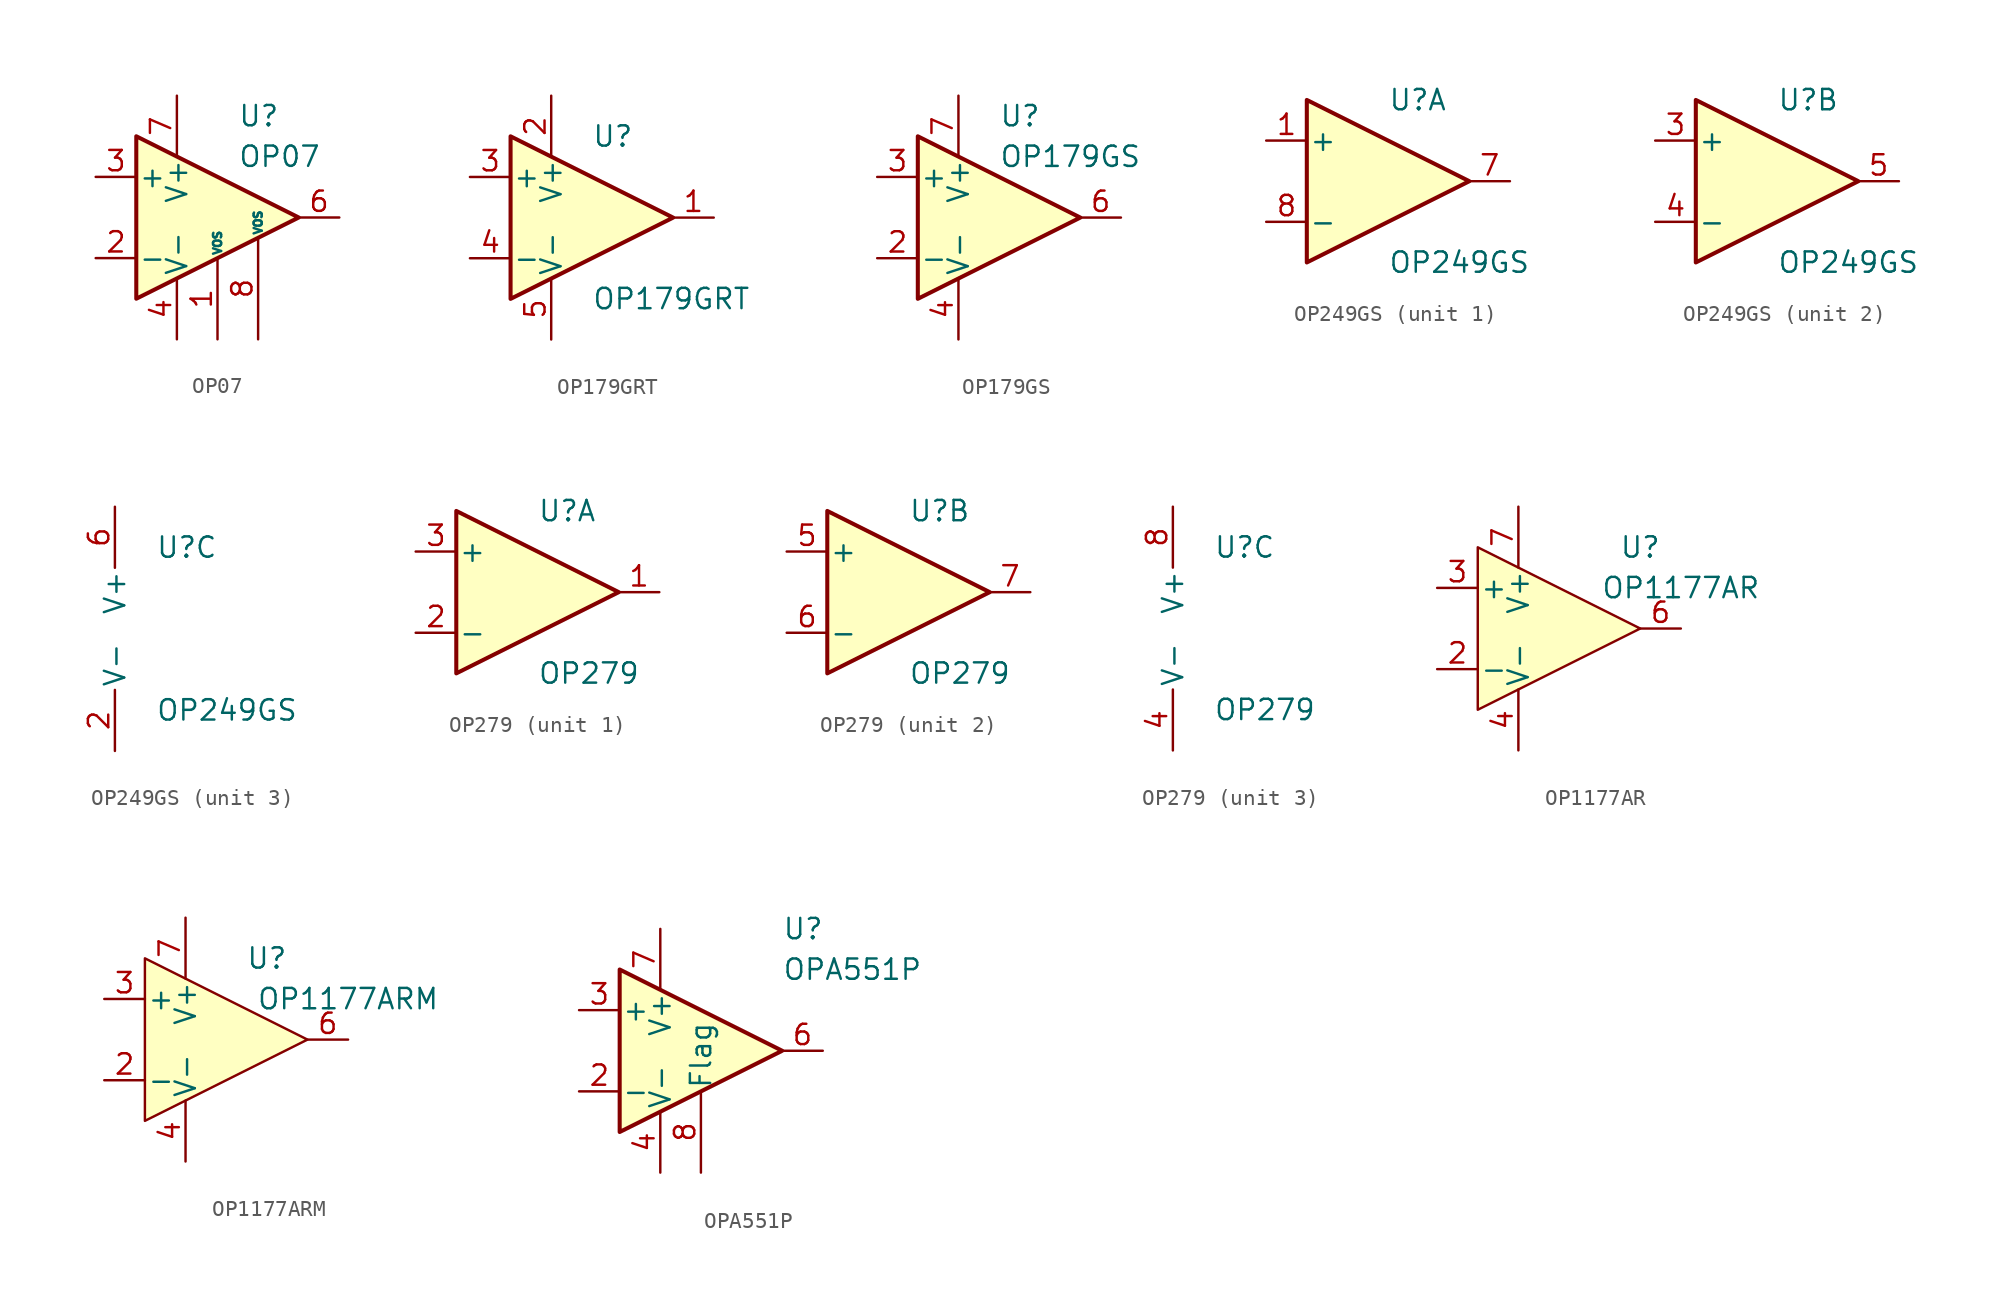
<source format=kicad_sym>
(kicad_symbol_lib
  (version 20211014)
  (generator kicad_symbol_editor)
  (symbol "OP07"
    (pin_names
      (offset 0.127))
    (property "Reference" "U"
      (at 1.27 6.35 0)
      (effects (font (size 1.27 1.27)) (justify left)))
    (property "Value" "OP07"
      (at 1.27 3.81 0)
      (effects (font (size 1.27 1.27)) (justify left)))
    (symbol "OP07_0_1"
      (polyline (pts (xy -5.08 5.08) (xy 5.08 0) (xy -5.08 -5.08) (xy -5.08 5.08)) (stroke (width 0.254) (type default) (color 0 0 0 0)) (fill (type background))))
    (symbol "OP07_1_1"
      (pin input line (at 0 -7.62 90) (length 5.08) (name "VOS" (effects (font (size 0.508 0.508)))) (number "1" (effects (font (size 1.27 1.27)))))
      (pin input line (at -7.62 -2.54 0) (length 2.54) (name "-" (effects (font (size 1.27 1.27)))) (number "2" (effects (font (size 1.27 1.27)))))
      (pin input line (at -7.62 2.54 0) (length 2.54) (name "+" (effects (font (size 1.27 1.27)))) (number "3" (effects (font (size 1.27 1.27)))))
      (pin power_in line (at -2.54 -7.62 90) (length 3.81) (name "V-" (effects (font (size 1.27 1.27)))) (number "4" (effects (font (size 1.27 1.27)))))
      (pin no_connect line (at 0 2.54 270) (length 2.54) hide (name "NC" (effects (font (size 1.27 1.27)))) (number "5" (effects (font (size 1.27 1.27)))))
      (pin output line (at 7.62 0 180) (length 2.54) (name "~" (effects (font (size 1.27 1.27)))) (number "6" (effects (font (size 1.27 1.27)))))
      (pin power_in line (at -2.54 7.62 270) (length 3.81) (name "V+" (effects (font (size 1.27 1.27)))) (number "7" (effects (font (size 1.27 1.27)))))
      (pin input line (at 2.54 -7.62 90) (length 6.35) (name "VOS" (effects (font (size 0.508 0.508)))) (number "8" (effects (font (size 1.27 1.27)))))))
  (symbol "OP179GRT"
    (pin_names
      (offset 0.127))
    (property "Reference" "U"
      (at 0 5.08 0)
      (effects (font (size 1.27 1.27)) (justify left)))
    (property "Value" "OP179GRT"
      (at 0 -5.08 0)
      (effects (font (size 1.27 1.27)) (justify left)))
    (symbol "OP179GRT_0_1"
      (polyline (pts (xy -5.08 5.08) (xy 5.08 0) (xy -5.08 -5.08) (xy -5.08 5.08)) (stroke (width 0.254) (type default) (color 0 0 0 0)) (fill (type background)))
      (pin power_in line (at -2.54 7.62 270) (length 3.81) (name "V+" (effects (font (size 1.27 1.27)))) (number "2" (effects (font (size 1.27 1.27)))))
      (pin power_in line (at -2.54 -7.62 90) (length 3.81) (name "V-" (effects (font (size 1.27 1.27)))) (number "5" (effects (font (size 1.27 1.27))))))
    (symbol "OP179GRT_1_1"
      (pin output line (at 7.62 0 180) (length 2.54) (name "~" (effects (font (size 1.27 1.27)))) (number "1" (effects (font (size 1.27 1.27)))))
      (pin input line (at -7.62 2.54 0) (length 2.54) (name "+" (effects (font (size 1.27 1.27)))) (number "3" (effects (font (size 1.27 1.27)))))
      (pin input line (at -7.62 -2.54 0) (length 2.54) (name "-" (effects (font (size 1.27 1.27)))) (number "4" (effects (font (size 1.27 1.27)))))))
  (symbol "OP179GS"
    (pin_names
      (offset 0.127))
    (property "Reference" "U"
      (at 0 6.35 0)
      (effects (font (size 1.27 1.27)) (justify left)))
    (property "Value" "OP179GS"
      (at 0 3.81 0)
      (effects (font (size 1.27 1.27)) (justify left)))
    (symbol "OP179GS_0_1"
      (polyline (pts (xy -5.08 5.08) (xy 5.08 0) (xy -5.08 -5.08) (xy -5.08 5.08)) (stroke (width 0.254) (type default) (color 0 0 0 0)) (fill (type background))))
    (symbol "OP179GS_1_1"
      (pin no_connect line (at -5.08 -2.54 90) (length 2.54) hide (name "NC" (effects (font (size 1.27 1.27)))) (number "1" (effects (font (size 1.27 1.27)))))
      (pin input line (at -7.62 -2.54 0) (length 2.54) (name "-" (effects (font (size 1.27 1.27)))) (number "2" (effects (font (size 1.27 1.27)))))
      (pin input line (at -7.62 2.54 0) (length 2.54) (name "+" (effects (font (size 1.27 1.27)))) (number "3" (effects (font (size 1.27 1.27)))))
      (pin power_in line (at -2.54 -7.62 90) (length 3.81) (name "V-" (effects (font (size 1.27 1.27)))) (number "4" (effects (font (size 1.27 1.27)))))
      (pin no_connect line (at -2.54 -2.54 90) (length 2.54) hide (name "NC" (effects (font (size 1.27 1.27)))) (number "5" (effects (font (size 1.27 1.27)))))
      (pin output line (at 7.62 0 180) (length 2.54) (name "~" (effects (font (size 1.27 1.27)))) (number "6" (effects (font (size 1.27 1.27)))))
      (pin power_in line (at -2.54 7.62 270) (length 3.81) (name "V+" (effects (font (size 1.27 1.27)))) (number "7" (effects (font (size 1.27 1.27)))))
      (pin no_connect line (at 0 -2.54 90) (length 2.54) hide (name "NC" (effects (font (size 1.27 1.27)))) (number "8" (effects (font (size 1.27 1.27)))))))
  (symbol "OP249GS"
    (pin_names
      (offset 0.127))
    (property "Reference" "U"
      (at 0 5.08 0)
      (effects (font (size 1.27 1.27)) (justify left)))
    (property "Value" "OP249GS"
      (at 0 -5.08 0)
      (effects (font (size 1.27 1.27)) (justify left)))
    (property "ki_locked" ""
      (at 0 0 0)
      (effects (font (size 1.27 1.27))))
    (symbol "OP249GS_1_1"
      (polyline (pts (xy -5.08 5.08) (xy 5.08 0) (xy -5.08 -5.08) (xy -5.08 5.08)) (stroke (width 0.254) (type default) (color 0 0 0 0)) (fill (type background)))
      (pin input line (at -7.62 2.54 0) (length 2.54) (name "+" (effects (font (size 1.27 1.27)))) (number "1" (effects (font (size 1.27 1.27)))))
      (pin output line (at 7.62 0 180) (length 2.54) (name "~" (effects (font (size 1.27 1.27)))) (number "7" (effects (font (size 1.27 1.27)))))
      (pin input line (at -7.62 -2.54 0) (length 2.54) (name "-" (effects (font (size 1.27 1.27)))) (number "8" (effects (font (size 1.27 1.27))))))
    (symbol "OP249GS_2_1"
      (polyline (pts (xy -5.08 5.08) (xy 5.08 0) (xy -5.08 -5.08) (xy -5.08 5.08)) (stroke (width 0.254) (type default) (color 0 0 0 0)) (fill (type background)))
      (pin input line (at -7.62 2.54 0) (length 2.54) (name "+" (effects (font (size 1.27 1.27)))) (number "3" (effects (font (size 1.27 1.27)))))
      (pin input line (at -7.62 -2.54 0) (length 2.54) (name "-" (effects (font (size 1.27 1.27)))) (number "4" (effects (font (size 1.27 1.27)))))
      (pin output line (at 7.62 0 180) (length 2.54) (name "~" (effects (font (size 1.27 1.27)))) (number "5" (effects (font (size 1.27 1.27))))))
    (symbol "OP249GS_3_1"
      (pin power_in line (at -2.54 -7.62 90) (length 3.81) (name "V-" (effects (font (size 1.27 1.27)))) (number "2" (effects (font (size 1.27 1.27)))))
      (pin power_in line (at -2.54 7.62 270) (length 3.81) (name "V+" (effects (font (size 1.27 1.27)))) (number "6" (effects (font (size 1.27 1.27)))))))
  (symbol "OP279"
    (pin_names
      (offset 0.127))
    (property "Reference" "U"
      (at 0 5.08 0)
      (effects (font (size 1.27 1.27)) (justify left)))
    (property "Value" "OP279"
      (at 0 -5.08 0)
      (effects (font (size 1.27 1.27)) (justify left)))
    (property "ki_locked" ""
      (at 0 0 0)
      (effects (font (size 1.27 1.27))))
    (symbol "OP279_1_1"
      (polyline (pts (xy -5.08 5.08) (xy 5.08 0) (xy -5.08 -5.08) (xy -5.08 5.08)) (stroke (width 0.254) (type default) (color 0 0 0 0)) (fill (type background)))
      (pin output line (at 7.62 0 180) (length 2.54) (name "~" (effects (font (size 1.27 1.27)))) (number "1" (effects (font (size 1.27 1.27)))))
      (pin input line (at -7.62 -2.54 0) (length 2.54) (name "-" (effects (font (size 1.27 1.27)))) (number "2" (effects (font (size 1.27 1.27)))))
      (pin input line (at -7.62 2.54 0) (length 2.54) (name "+" (effects (font (size 1.27 1.27)))) (number "3" (effects (font (size 1.27 1.27))))))
    (symbol "OP279_2_1"
      (polyline (pts (xy -5.08 5.08) (xy 5.08 0) (xy -5.08 -5.08) (xy -5.08 5.08)) (stroke (width 0.254) (type default) (color 0 0 0 0)) (fill (type background)))
      (pin input line (at -7.62 2.54 0) (length 2.54) (name "+" (effects (font (size 1.27 1.27)))) (number "5" (effects (font (size 1.27 1.27)))))
      (pin input line (at -7.62 -2.54 0) (length 2.54) (name "-" (effects (font (size 1.27 1.27)))) (number "6" (effects (font (size 1.27 1.27)))))
      (pin output line (at 7.62 0 180) (length 2.54) (name "~" (effects (font (size 1.27 1.27)))) (number "7" (effects (font (size 1.27 1.27))))))
    (symbol "OP279_3_1"
      (pin power_in line (at -2.54 -7.62 90) (length 3.81) (name "V-" (effects (font (size 1.27 1.27)))) (number "4" (effects (font (size 1.27 1.27)))))
      (pin power_in line (at -2.54 7.62 270) (length 3.81) (name "V+" (effects (font (size 1.27 1.27)))) (number "8" (effects (font (size 1.27 1.27)))))))
  (symbol "OP1177AR"
    (pin_names
      (offset 0.127))
    (property "Reference" "U"
      (at 5.08 5.08 0)
      (effects (font (size 1.27 1.27))))
    (property "Value" "OP1177AR"
      (at 7.62 2.54 0)
      (effects (font (size 1.27 1.27))))
    (symbol "OP1177AR_0_1"
      (polyline (pts (xy -5.08 5.08) (xy -5.08 -5.08) (xy 5.08 0) (xy -5.08 5.08)) (stroke (width 0) (type default) (color 0 0 0 0)) (fill (type background))))
    (symbol "OP1177AR_1_1"
      (pin no_connect line (at -5.08 0 0) (length 3.81) hide (name "NC" (effects (font (size 1.27 1.27)))) (number "1" (effects (font (size 1.27 1.27)))))
      (pin input line (at -7.62 -2.54 0) (length 2.54) (name "-" (effects (font (size 1.27 1.27)))) (number "2" (effects (font (size 1.27 1.27)))))
      (pin input line (at -7.62 2.54 0) (length 2.54) (name "+" (effects (font (size 1.27 1.27)))) (number "3" (effects (font (size 1.27 1.27)))))
      (pin power_in line (at -2.54 -7.62 90) (length 3.81) (name "V-" (effects (font (size 1.27 1.27)))) (number "4" (effects (font (size 1.27 1.27)))))
      (pin no_connect line (at 0 -2.54 90) (length 3.81) hide (name "NC" (effects (font (size 1.27 1.27)))) (number "5" (effects (font (size 1.27 1.27)))))
      (pin output line (at 7.62 0 180) (length 2.54) (name "~" (effects (font (size 1.27 1.27)))) (number "6" (effects (font (size 1.27 1.27)))))
      (pin power_in line (at -2.54 7.62 270) (length 3.81) (name "V+" (effects (font (size 1.27 1.27)))) (number "7" (effects (font (size 1.27 1.27)))))
      (pin no_connect line (at 0 2.54 270) (length 3.81) hide (name "NC" (effects (font (size 1.27 1.27)))) (number "8" (effects (font (size 1.27 1.27)))))))
  (symbol "OP1177ARM"
    (pin_names
      (offset 0.127))
    (property "Reference" "U"
      (at 2.54 5.08 0)
      (effects (font (size 1.27 1.27))))
    (property "Value" "OP1177ARM"
      (at 7.62 2.54 0)
      (effects (font (size 1.27 1.27))))
    (symbol "OP1177ARM_0_1"
      (polyline (pts (xy -5.08 5.08) (xy -5.08 -5.08) (xy 5.08 0) (xy -5.08 5.08)) (stroke (width 0) (type default) (color 0 0 0 0)) (fill (type background))))
    (symbol "OP1177ARM_1_1"
      (pin no_connect line (at -5.08 0 0) (length 3.81) hide (name "NC" (effects (font (size 1.27 1.27)))) (number "1" (effects (font (size 1.27 1.27)))))
      (pin input line (at -7.62 -2.54 0) (length 2.54) (name "-" (effects (font (size 1.27 1.27)))) (number "2" (effects (font (size 1.27 1.27)))))
      (pin input line (at -7.62 2.54 0) (length 2.54) (name "+" (effects (font (size 1.27 1.27)))) (number "3" (effects (font (size 1.27 1.27)))))
      (pin power_in line (at -2.54 -7.62 90) (length 3.81) (name "V-" (effects (font (size 1.27 1.27)))) (number "4" (effects (font (size 1.27 1.27)))))
      (pin no_connect line (at 0 -2.54 90) (length 3.81) hide (name "NC" (effects (font (size 1.27 1.27)))) (number "5" (effects (font (size 1.27 1.27)))))
      (pin output line (at 7.62 0 180) (length 2.54) (name "~" (effects (font (size 1.27 1.27)))) (number "6" (effects (font (size 1.27 1.27)))))
      (pin power_in line (at -2.54 7.62 270) (length 3.81) (name "V+" (effects (font (size 1.27 1.27)))) (number "7" (effects (font (size 1.27 1.27)))))
      (pin no_connect line (at 0 2.54 270) (length 3.81) hide (name "NC" (effects (font (size 1.27 1.27)))) (number "8" (effects (font (size 1.27 1.27)))))))
  (symbol "OPA551P"
    (pin_names
      (offset 0.127))
    (property "Reference" "U"
      (at 5.08 7.62 0)
      (effects (font (size 1.27 1.27)) (justify left)))
    (property "Value" "OPA551P"
      (at 5.08 5.08 0)
      (effects (font (size 1.27 1.27)) (justify left)))
    (symbol "OPA551P_1_1"
      (polyline (pts (xy -5.08 5.08) (xy 5.08 0) (xy -5.08 -5.08) (xy -5.08 5.08)) (stroke (width 0.254) (type default) (color 0 0 0 0)) (fill (type background)))
      (pin no_connect line (at 0 2.54 270) (length 3.81) hide (name "NC" (effects (font (size 0.508 0.508)))) (number "1" (effects (font (size 1.27 1.27)))))
      (pin input line (at -7.62 -2.54 0) (length 2.54) (name "-" (effects (font (size 1.27 1.27)))) (number "2" (effects (font (size 1.27 1.27)))))
      (pin input line (at -7.62 2.54 0) (length 2.54) (name "+" (effects (font (size 1.27 1.27)))) (number "3" (effects (font (size 1.27 1.27)))))
      (pin power_in line (at -2.54 -7.62 90) (length 3.81) (name "V-" (effects (font (size 1.27 1.27)))) (number "4" (effects (font (size 1.27 1.27)))))
      (pin no_connect line (at 0 -2.54 90) (length 3.81) hide (name "NC" (effects (font (size 0.508 0.508)))) (number "5" (effects (font (size 1.27 1.27)))))
      (pin output line (at 7.62 0 180) (length 2.54) (name "~" (effects (font (size 1.27 1.27)))) (number "6" (effects (font (size 1.27 1.27)))))
      (pin power_in line (at -2.54 7.62 270) (length 3.81) (name "V+" (effects (font (size 1.27 1.27)))) (number "7" (effects (font (size 1.27 1.27)))))
      (pin output line (at 0 -7.62 90) (length 5.08) (name "Flag" (effects (font (size 1.27 1.27)))) (number "8" (effects (font (size 1.27 1.27))))))))
</source>
